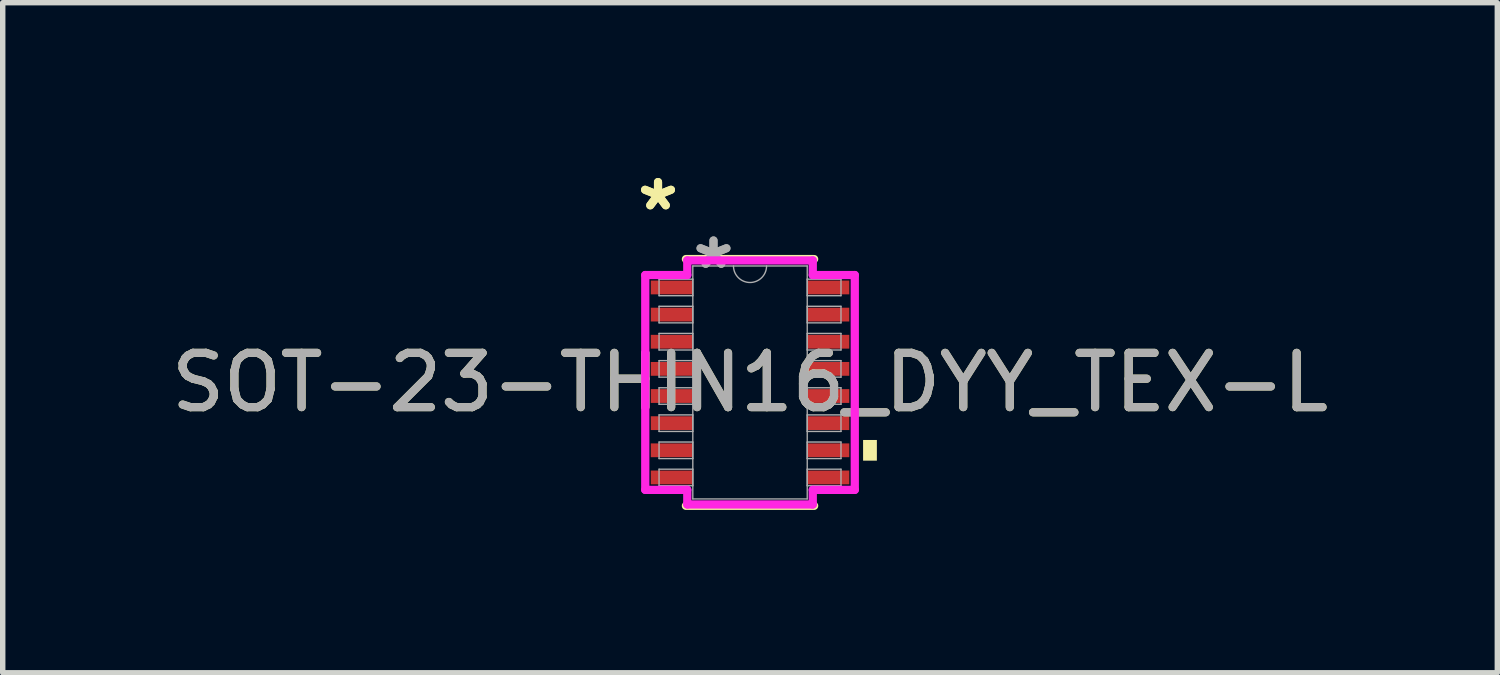
<source format=kicad_pcb>
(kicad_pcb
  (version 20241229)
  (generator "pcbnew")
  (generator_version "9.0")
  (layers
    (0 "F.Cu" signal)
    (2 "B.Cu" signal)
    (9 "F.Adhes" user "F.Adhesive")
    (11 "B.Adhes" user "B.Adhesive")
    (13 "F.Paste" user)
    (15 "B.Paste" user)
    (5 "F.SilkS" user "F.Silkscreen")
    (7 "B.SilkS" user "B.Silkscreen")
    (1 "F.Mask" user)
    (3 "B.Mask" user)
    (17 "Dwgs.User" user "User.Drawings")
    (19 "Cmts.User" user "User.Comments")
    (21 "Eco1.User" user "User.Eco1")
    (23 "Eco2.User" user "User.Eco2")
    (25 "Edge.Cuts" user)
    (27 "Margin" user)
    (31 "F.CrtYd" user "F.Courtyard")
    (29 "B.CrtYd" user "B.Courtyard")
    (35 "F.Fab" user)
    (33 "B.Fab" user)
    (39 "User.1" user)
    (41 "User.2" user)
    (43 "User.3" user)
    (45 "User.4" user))
  (footprint "SOT-23-THIN16_DYY_TEX-L"
    (layer "F.Cu")
    (at 10.768 3.996)
    (property "Reference" "SOT-23-THIN16_DYY_TEX-L" (at 0 0 0) (unlocked yes) (layer "F.SilkS") (effects (font (size 1 1) (thickness 0.15))))
    (attr smd)
    (fp_line (start -1.181 2.273) (end 1.181 2.273) (stroke (width 0.152) (type solid)) (layer "F.SilkS"))
    (fp_line (start 1.181 -2.273) (end -1.181 -2.273) (stroke (width 0.152) (type solid)) (layer "F.SilkS"))
    (fp_poly (pts (xy 2.337 1.06) (xy 2.337 1.441) (xy 2.083 1.441) (xy 2.083 1.06)) (stroke (width 0) (type solid)) (fill yes) (layer "F.SilkS"))
    (fp_line (start -1.93 -1.979) (end -1.156 -1.979) (stroke (width 0.152) (type solid)) (layer "F.CrtYd"))
    (fp_line (start -1.93 1.979) (end -1.93 -1.979) (stroke (width 0.152) (type solid)) (layer "F.CrtYd"))
    (fp_line (start -1.93 1.979) (end -1.156 1.979) (stroke (width 0.152) (type solid)) (layer "F.CrtYd"))
    (fp_line (start -1.156 -2.248) (end 1.156 -2.248) (stroke (width 0.152) (type solid)) (layer "F.CrtYd"))
    (fp_line (start -1.156 -1.979) (end -1.156 -2.248) (stroke (width 0.152) (type solid)) (layer "F.CrtYd"))
    (fp_line (start -1.156 2.248) (end -1.156 1.979) (stroke (width 0.152) (type solid)) (layer "F.CrtYd"))
    (fp_line (start 1.156 -2.248) (end 1.156 -1.979) (stroke (width 0.152) (type solid)) (layer "F.CrtYd"))
    (fp_line (start 1.156 1.979) (end 1.156 2.248) (stroke (width 0.152) (type solid)) (layer "F.CrtYd"))
    (fp_line (start 1.156 2.248) (end -1.156 2.248) (stroke (width 0.152) (type solid)) (layer "F.CrtYd"))
    (fp_line (start 1.93 -1.979) (end 1.156 -1.979) (stroke (width 0.152) (type solid)) (layer "F.CrtYd"))
    (fp_line (start 1.93 -1.979) (end 1.93 1.979) (stroke (width 0.152) (type solid)) (layer "F.CrtYd"))
    (fp_line (start 1.93 1.979) (end 1.156 1.979) (stroke (width 0.152) (type solid)) (layer "F.CrtYd"))
    (fp_line (start -1.676 -1.903) (end -1.676 -1.598) (stroke (width 0.025) (type solid)) (layer "F.Fab"))
    (fp_line (start -1.676 -1.598) (end -1.054 -1.598) (stroke (width 0.025) (type solid)) (layer "F.Fab"))
    (fp_line (start -1.676 -1.403) (end -1.676 -1.098) (stroke (width 0.025) (type solid)) (layer "F.Fab"))
    (fp_line (start -1.676 -1.098) (end -1.054 -1.098) (stroke (width 0.025) (type solid)) (layer "F.Fab"))
    (fp_line (start -1.676 -0.903) (end -1.676 -0.598) (stroke (width 0.025) (type solid)) (layer "F.Fab"))
    (fp_line (start -1.676 -0.598) (end -1.054 -0.598) (stroke (width 0.025) (type solid)) (layer "F.Fab"))
    (fp_line (start -1.676 -0.402) (end -1.676 -0.098) (stroke (width 0.025) (type solid)) (layer "F.Fab"))
    (fp_line (start -1.676 -0.098) (end -1.054 -0.098) (stroke (width 0.025) (type solid)) (layer "F.Fab"))
    (fp_line (start -1.676 0.098) (end -1.676 0.402) (stroke (width 0.025) (type solid)) (layer "F.Fab"))
    (fp_line (start -1.676 0.402) (end -1.054 0.402) (stroke (width 0.025) (type solid)) (layer "F.Fab"))
    (fp_line (start -1.676 0.598) (end -1.676 0.903) (stroke (width 0.025) (type solid)) (layer "F.Fab"))
    (fp_line (start -1.676 0.903) (end -1.054 0.903) (stroke (width 0.025) (type solid)) (layer "F.Fab"))
    (fp_line (start -1.676 1.098) (end -1.676 1.403) (stroke (width 0.025) (type solid)) (layer "F.Fab"))
    (fp_line (start -1.676 1.403) (end -1.054 1.403) (stroke (width 0.025) (type solid)) (layer "F.Fab"))
    (fp_line (start -1.676 1.598) (end -1.676 1.903) (stroke (width 0.025) (type solid)) (layer "F.Fab"))
    (fp_line (start -1.676 1.903) (end -1.054 1.903) (stroke (width 0.025) (type solid)) (layer "F.Fab"))
    (fp_line (start -1.054 -2.146) (end -1.054 2.146) (stroke (width 0.025) (type solid)) (layer "F.Fab"))
    (fp_line (start -1.054 -1.903) (end -1.676 -1.903) (stroke (width 0.025) (type solid)) (layer "F.Fab"))
    (fp_line (start -1.054 -1.598) (end -1.054 -1.903) (stroke (width 0.025) (type solid)) (layer "F.Fab"))
    (fp_line (start -1.054 -1.403) (end -1.676 -1.403) (stroke (width 0.025) (type solid)) (layer "F.Fab"))
    (fp_line (start -1.054 -1.098) (end -1.054 -1.403) (stroke (width 0.025) (type solid)) (layer "F.Fab"))
    (fp_line (start -1.054 -0.903) (end -1.676 -0.903) (stroke (width 0.025) (type solid)) (layer "F.Fab"))
    (fp_line (start -1.054 -0.598) (end -1.054 -0.903) (stroke (width 0.025) (type solid)) (layer "F.Fab"))
    (fp_line (start -1.054 -0.402) (end -1.676 -0.402) (stroke (width 0.025) (type solid)) (layer "F.Fab"))
    (fp_line (start -1.054 -0.098) (end -1.054 -0.402) (stroke (width 0.025) (type solid)) (layer "F.Fab"))
    (fp_line (start -1.054 0.098) (end -1.676 0.098) (stroke (width 0.025) (type solid)) (layer "F.Fab"))
    (fp_line (start -1.054 0.402) (end -1.054 0.098) (stroke (width 0.025) (type solid)) (layer "F.Fab"))
    (fp_line (start -1.054 0.598) (end -1.676 0.598) (stroke (width 0.025) (type solid)) (layer "F.Fab"))
    (fp_line (start -1.054 0.903) (end -1.054 0.598) (stroke (width 0.025) (type solid)) (layer "F.Fab"))
    (fp_line (start -1.054 1.098) (end -1.676 1.098) (stroke (width 0.025) (type solid)) (layer "F.Fab"))
    (fp_line (start -1.054 1.403) (end -1.054 1.098) (stroke (width 0.025) (type solid)) (layer "F.Fab"))
    (fp_line (start -1.054 1.598) (end -1.676 1.598) (stroke (width 0.025) (type solid)) (layer "F.Fab"))
    (fp_line (start -1.054 1.903) (end -1.054 1.598) (stroke (width 0.025) (type solid)) (layer "F.Fab"))
    (fp_line (start -1.054 2.146) (end 1.054 2.146) (stroke (width 0.025) (type solid)) (layer "F.Fab"))
    (fp_line (start 1.054 -2.146) (end -1.054 -2.146) (stroke (width 0.025) (type solid)) (layer "F.Fab"))
    (fp_line (start 1.054 -1.903) (end 1.054 -1.598) (stroke (width 0.025) (type solid)) (layer "F.Fab"))
    (fp_line (start 1.054 -1.598) (end 1.676 -1.598) (stroke (width 0.025) (type solid)) (layer "F.Fab"))
    (fp_line (start 1.054 -1.403) (end 1.054 -1.098) (stroke (width 0.025) (type solid)) (layer "F.Fab"))
    (fp_line (start 1.054 -1.098) (end 1.676 -1.098) (stroke (width 0.025) (type solid)) (layer "F.Fab"))
    (fp_line (start 1.054 -0.903) (end 1.054 -0.598) (stroke (width 0.025) (type solid)) (layer "F.Fab"))
    (fp_line (start 1.054 -0.598) (end 1.676 -0.598) (stroke (width 0.025) (type solid)) (layer "F.Fab"))
    (fp_line (start 1.054 -0.402) (end 1.054 -0.098) (stroke (width 0.025) (type solid)) (layer "F.Fab"))
    (fp_line (start 1.054 -0.098) (end 1.676 -0.098) (stroke (width 0.025) (type solid)) (layer "F.Fab"))
    (fp_line (start 1.054 0.098) (end 1.054 0.402) (stroke (width 0.025) (type solid)) (layer "F.Fab"))
    (fp_line (start 1.054 0.402) (end 1.676 0.402) (stroke (width 0.025) (type solid)) (layer "F.Fab"))
    (fp_line (start 1.054 0.598) (end 1.054 0.903) (stroke (width 0.025) (type solid)) (layer "F.Fab"))
    (fp_line (start 1.054 0.903) (end 1.676 0.903) (stroke (width 0.025) (type solid)) (layer "F.Fab"))
    (fp_line (start 1.054 1.098) (end 1.054 1.403) (stroke (width 0.025) (type solid)) (layer "F.Fab"))
    (fp_line (start 1.054 1.403) (end 1.676 1.403) (stroke (width 0.025) (type solid)) (layer "F.Fab"))
    (fp_line (start 1.054 1.598) (end 1.054 1.903) (stroke (width 0.025) (type solid)) (layer "F.Fab"))
    (fp_line (start 1.054 1.903) (end 1.676 1.903) (stroke (width 0.025) (type solid)) (layer "F.Fab"))
    (fp_line (start 1.054 2.146) (end 1.054 -2.146) (stroke (width 0.025) (type solid)) (layer "F.Fab"))
    (fp_line (start 1.676 -1.903) (end 1.054 -1.903) (stroke (width 0.025) (type solid)) (layer "F.Fab"))
    (fp_line (start 1.676 -1.598) (end 1.676 -1.903) (stroke (width 0.025) (type solid)) (layer "F.Fab"))
    (fp_line (start 1.676 -1.403) (end 1.054 -1.403) (stroke (width 0.025) (type solid)) (layer "F.Fab"))
    (fp_line (start 1.676 -1.098) (end 1.676 -1.403) (stroke (width 0.025) (type solid)) (layer "F.Fab"))
    (fp_line (start 1.676 -0.903) (end 1.054 -0.903) (stroke (width 0.025) (type solid)) (layer "F.Fab"))
    (fp_line (start 1.676 -0.598) (end 1.676 -0.903) (stroke (width 0.025) (type solid)) (layer "F.Fab"))
    (fp_line (start 1.676 -0.402) (end 1.054 -0.402) (stroke (width 0.025) (type solid)) (layer "F.Fab"))
    (fp_line (start 1.676 -0.098) (end 1.676 -0.402) (stroke (width 0.025) (type solid)) (layer "F.Fab"))
    (fp_line (start 1.676 0.098) (end 1.054 0.098) (stroke (width 0.025) (type solid)) (layer "F.Fab"))
    (fp_line (start 1.676 0.402) (end 1.676 0.098) (stroke (width 0.025) (type solid)) (layer "F.Fab"))
    (fp_line (start 1.676 0.598) (end 1.054 0.598) (stroke (width 0.025) (type solid)) (layer "F.Fab"))
    (fp_line (start 1.676 0.903) (end 1.676 0.598) (stroke (width 0.025) (type solid)) (layer "F.Fab"))
    (fp_line (start 1.676 1.098) (end 1.054 1.098) (stroke (width 0.025) (type solid)) (layer "F.Fab"))
    (fp_line (start 1.676 1.403) (end 1.676 1.098) (stroke (width 0.025) (type solid)) (layer "F.Fab"))
    (fp_line (start 1.676 1.598) (end 1.054 1.598) (stroke (width 0.025) (type solid)) (layer "F.Fab"))
    (fp_line (start 1.676 1.903) (end 1.676 1.598) (stroke (width 0.025) (type solid)) (layer "F.Fab"))
    (fp_arc (start 0.3048 -2.1463) (mid 0 -1.8415) (end -0.3048 -2.1463) (stroke (width 0.0254) (type solid)) (layer "F.Fab"))
    (fp_text user "*" (at -1.695 -3.147 0) (unlocked yes) (layer "F.SilkS") (effects (font (size 1 1) (thickness 0.15))))
    (fp_text user "*" (at -1.695 -3.147 0) (layer "F.SilkS") (effects (font (size 1 1) (thickness 0.15))))
    (fp_text user "${REFERENCE}" (at 0 0 0) (unlocked yes) (layer "F.Fab") (effects (font (size 1 1) (thickness 0.15))))
    (fp_text user "*" (at -0.673 -2.07 0) (layer "F.Fab") (effects (font (size 1 1) (thickness 0.15))))
    (fp_text user "*" (at -0.673 -2.07 0) (unlocked yes) (layer "F.Fab") (effects (font (size 1 1) (thickness 0.15))))
    (pad "1" smd rect (at -1.441 -1.75) (size 0.775 0.254) (layers "F.Cu" "F.Mask" "F.Paste"))
    (pad "2" smd rect (at -1.441 -1.25) (size 0.775 0.254) (layers "F.Cu" "F.Mask" "F.Paste"))
    (pad "3" smd rect (at -1.441 -0.75) (size 0.775 0.254) (layers "F.Cu" "F.Mask" "F.Paste"))
    (pad "4" smd rect (at -1.441 -0.25) (size 0.775 0.254) (layers "F.Cu" "F.Mask" "F.Paste"))
    (pad "5" smd rect (at -1.441 0.25) (size 0.775 0.254) (layers "F.Cu" "F.Mask" "F.Paste"))
    (pad "6" smd rect (at -1.441 0.75) (size 0.775 0.254) (layers "F.Cu" "F.Mask" "F.Paste"))
    (pad "7" smd rect (at -1.441 1.25) (size 0.775 0.254) (layers "F.Cu" "F.Mask" "F.Paste"))
    (pad "8" smd rect (at -1.441 1.75) (size 0.775 0.254) (layers "F.Cu" "F.Mask" "F.Paste"))
    (pad "9" smd rect (at 1.441 1.75) (size 0.775 0.254) (layers "F.Cu" "F.Mask" "F.Paste"))
    (pad "10" smd rect (at 1.441 1.25) (size 0.775 0.254) (layers "F.Cu" "F.Mask" "F.Paste"))
    (pad "11" smd rect (at 1.441 0.75) (size 0.775 0.254) (layers "F.Cu" "F.Mask" "F.Paste"))
    (pad "12" smd rect (at 1.441 0.25) (size 0.775 0.254) (layers "F.Cu" "F.Mask" "F.Paste"))
    (pad "13" smd rect (at 1.441 -0.25) (size 0.775 0.254) (layers "F.Cu" "F.Mask" "F.Paste"))
    (pad "14" smd rect (at 1.441 -0.75) (size 0.775 0.254) (layers "F.Cu" "F.Mask" "F.Paste"))
    (pad "15" smd rect (at 1.441 -1.25) (size 0.775 0.254) (layers "F.Cu" "F.Mask" "F.Paste"))
    (pad "16" smd rect (at 1.441 -1.75) (size 0.775 0.254) (layers "F.Cu" "F.Mask" "F.Paste")))
  (gr_rect
    (start -3 -3)
    (end 24.536 9.345)
    (stroke (width 0.1) (type default))
    (fill no)
    (layer "Edge.Cuts")))
</source>
